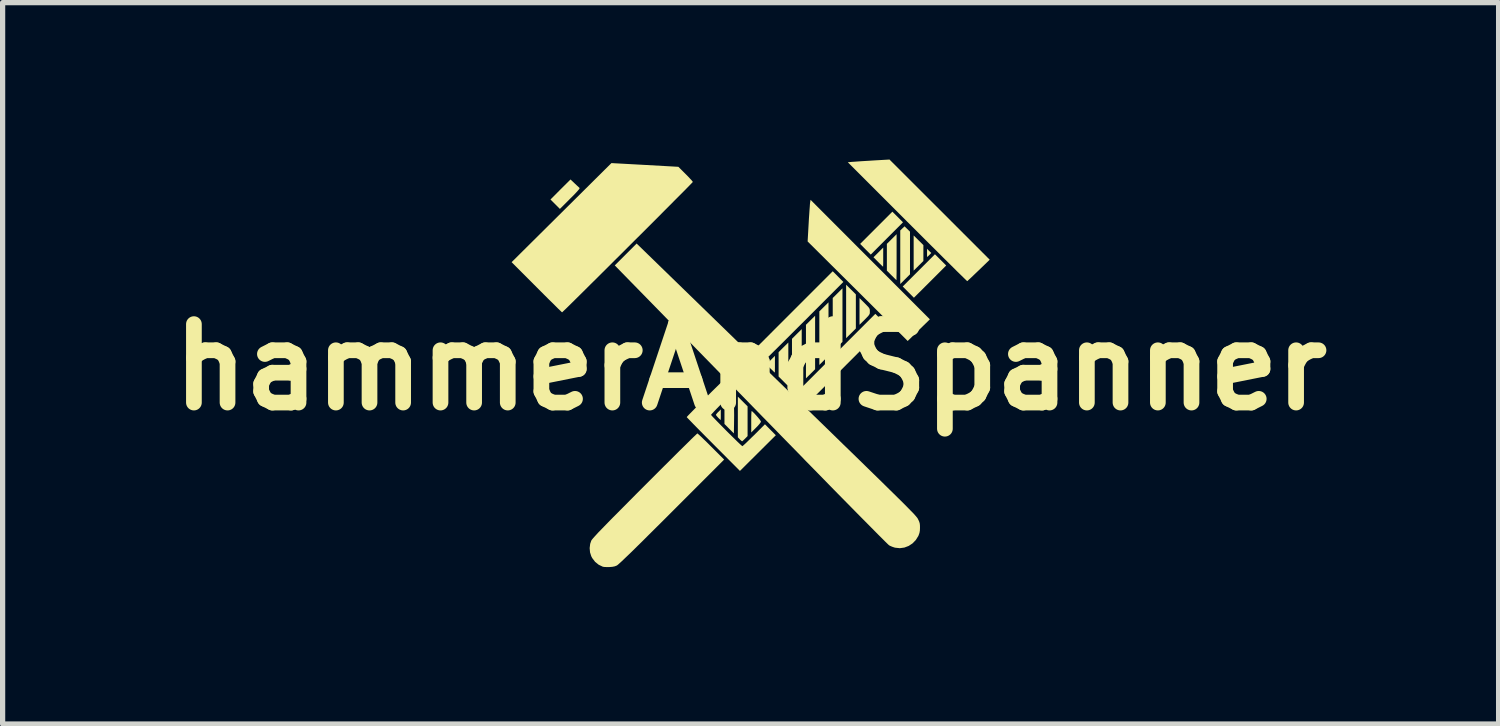
<source format=kicad_pcb>
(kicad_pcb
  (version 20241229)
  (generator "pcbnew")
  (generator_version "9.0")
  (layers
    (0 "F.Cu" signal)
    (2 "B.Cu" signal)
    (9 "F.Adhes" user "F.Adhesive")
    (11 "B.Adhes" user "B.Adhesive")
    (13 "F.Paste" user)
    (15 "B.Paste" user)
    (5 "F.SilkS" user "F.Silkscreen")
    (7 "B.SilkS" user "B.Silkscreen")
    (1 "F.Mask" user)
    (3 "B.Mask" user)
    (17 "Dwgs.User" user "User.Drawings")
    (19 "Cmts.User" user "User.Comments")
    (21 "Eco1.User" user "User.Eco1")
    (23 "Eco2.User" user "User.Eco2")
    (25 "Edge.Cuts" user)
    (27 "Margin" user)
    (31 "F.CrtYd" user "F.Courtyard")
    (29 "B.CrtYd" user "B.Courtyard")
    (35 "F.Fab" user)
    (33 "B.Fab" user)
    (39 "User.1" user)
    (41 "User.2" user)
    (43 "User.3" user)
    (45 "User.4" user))
  (footprint "hammerAndSpanner"
    (layer "F.Cu")
    (at 11.3 3.968)
    (property "Reference" "hammerAndSpanner" (at 0 0 0) (layer "F.SilkS") (effects (font (size 1.5 1.5) (thickness 0.3))))
    (attr board_only exclude_from_pos_files exclude_from_bom)
    (fp_poly (pts (xy 1.233 -0.47) (xy 1.233 0.041) (xy 1.146 0.128) (xy 1.058 0.215) (xy 1.058 -0.297) (xy 1.058 -0.809) (xy 1.146 -0.896) (xy 1.233 -0.982)) (stroke (width 0) (type solid)) (fill yes) (layer "F.SilkS"))
    (fp_poly (pts (xy 1.489 -0.726) (xy 1.489 -0.215) (xy 1.401 -0.128) (xy 1.314 -0.041) (xy 1.314 -0.553) (xy 1.314 -1.065) (xy 1.401 -1.151) (xy 1.489 -1.238)) (stroke (width 0) (type solid)) (fill yes) (layer "F.SilkS"))
    (fp_poly (pts (xy 1.756 -0.994) (xy 1.756 -0.482) (xy 1.663 -0.39) (xy 1.57 -0.297) (xy 1.57 -0.809) (xy 1.57 -1.321) (xy 1.663 -1.413) (xy 1.756 -1.506)) (stroke (width 0) (type solid)) (fill yes) (layer "F.SilkS"))
    (fp_poly (pts (xy 1.919 -1.483) (xy 2.012 -1.39) (xy 2.012 -1.064) (xy 2.012 -0.738) (xy 1.919 -0.645) (xy 1.826 -0.553) (xy 1.826 -1.064) (xy 1.826 -1.575)) (stroke (width 0) (type solid)) (fill yes) (layer "F.SilkS"))
    (fp_poly (pts (xy 2.489 -0.913) (xy 2.593 -0.808) (xy 1.834 -0.049) (xy 1.076 0.71) (xy 0.971 0.605) (xy 0.867 0.5) (xy 1.625 -0.259) (xy 2.384 -1.018)) (stroke (width 0) (type solid)) (fill yes) (layer "F.SilkS"))
    (fp_poly (pts (xy 2.812 -2.87) (xy 2.913 -2.768) (xy 2.605 -2.46) (xy 2.297 -2.151) (xy 2.195 -2.253) (xy 2.094 -2.355) (xy 2.402 -2.663) (xy 2.71 -2.971)) (stroke (width 0) (type solid)) (fill yes) (layer "F.SilkS"))
    (fp_poly (pts (xy 3.21 -2.425) (xy 3.303 -2.332) (xy 3.303 -2.181) (xy 3.303 -2.029) (xy 3.21 -1.936) (xy 3.117 -1.844) (xy 3.117 -2.181) (xy 3.117 -2.517)) (stroke (width 0) (type solid)) (fill yes) (layer "F.SilkS"))
    (fp_poly (pts (xy 3.631 -2.05) (xy 3.739 -1.942) (xy 3.431 -1.634) (xy 3.122 -1.326) (xy 3.015 -1.433) (xy 2.908 -1.541) (xy 3.216 -1.849) (xy 3.524 -2.157)) (stroke (width 0) (type solid)) (fill yes) (layer "F.SilkS"))
    (fp_poly (pts (xy 2.995 -2.64) (xy 3.047 -2.589) (xy 3.047 -2.181) (xy 3.047 -1.773) (xy 2.954 -1.681) (xy 2.861 -1.588) (xy 2.861 -2.1) (xy 2.861 -2.612) (xy 2.902 -2.652) (xy 2.943 -2.691)) (stroke (width 0) (type solid)) (fill yes) (layer "F.SilkS"))
    (fp_poly (pts (xy 3.413 -2.221) (xy 3.454 -2.182) (xy 3.417 -2.143) (xy 3.394 -2.121) (xy 3.379 -2.107) (xy 3.376 -2.105) (xy 3.374 -2.116) (xy 3.373 -2.144) (xy 3.373 -2.183) (xy 3.373 -2.183) (xy 3.373 -2.261)) (stroke (width 0) (type solid)) (fill yes) (layer "F.SilkS"))
    (fp_poly (pts (xy -0.317 0.745) (xy -0.316 0.827) (xy -0.315 0.92) (xy -0.316 1.014) (xy -0.317 1.094) (xy -0.32 1.268) (xy -0.41 1.178) (xy -0.5 1.087) (xy -0.5 0.914) (xy -0.5 0.741) (xy -0.41 0.656) (xy -0.32 0.572)) (stroke (width 0) (type solid)) (fill yes) (layer "F.SilkS"))
    (fp_poly (pts (xy 0.465 -0.055) (xy 0.465 0.003) (xy 0.464 0.051) (xy 0.464 0.086) (xy 0.463 0.103) (xy 0.462 0.104) (xy 0.453 0.097) (xy 0.431 0.076) (xy 0.401 0.047) (xy 0.38 0.027) (xy 0.301 -0.051) (xy 0.383 -0.133) (xy 0.465 -0.215)) (stroke (width 0) (type solid)) (fill yes) (layer "F.SilkS"))
    (fp_poly (pts (xy 2.535 -2.102) (xy 2.535 -2.04) (xy 2.535 -1.986) (xy 2.534 -1.946) (xy 2.533 -1.923) (xy 2.532 -1.919) (xy 2.523 -1.927) (xy 2.501 -1.948) (xy 2.47 -1.978) (xy 2.439 -2.009) (xy 2.349 -2.1) (xy 2.442 -2.192) (xy 2.535 -2.285)) (stroke (width 0) (type solid)) (fill yes) (layer "F.SilkS"))
    (fp_poly (pts (xy -0.151 0.657) (xy -0.058 0.75) (xy -0.058 1.034) (xy -0.058 1.319) (xy -0.107 1.369) (xy -0.134 1.395) (xy -0.155 1.414) (xy -0.163 1.419) (xy -0.174 1.411) (xy -0.196 1.392) (xy -0.207 1.381) (xy -0.244 1.342) (xy -0.244 0.953) (xy -0.244 0.565)) (stroke (width 0) (type solid)) (fill yes) (layer "F.SilkS"))
    (fp_poly (pts (xy -0.57 0.911) (xy -0.57 0.956) (xy -0.571 0.991) (xy -0.573 1.01) (xy -0.573 1.012) (xy -0.583 1.004) (xy -0.603 0.985) (xy -0.62 0.968) (xy -0.644 0.941) (xy -0.66 0.92) (xy -0.663 0.912) (xy -0.655 0.898) (xy -0.635 0.874) (xy -0.616 0.855) (xy -0.57 0.809)) (stroke (width 0) (type solid)) (fill yes) (layer "F.SilkS"))
    (fp_poly (pts (xy 2.286 -2.056) (xy 3.427 -0.913) (xy 3.215 -0.706) (xy 3.003 -0.499) (xy 2.047 -1.451) (xy 1.09 -2.402) (xy 1.11 -2.751) (xy 1.115 -2.841) (xy 1.121 -2.926) (xy 1.126 -3.002) (xy 1.131 -3.066) (xy 1.134 -3.115) (xy 1.137 -3.145) (xy 1.138 -3.149) (xy 1.146 -3.198)) (stroke (width 0) (type solid)) (fill yes) (layer "F.SilkS"))
    (fp_poly (pts (xy 2.181 -1.221) (xy 2.222 -1.179) (xy 2.25 -1.15) (xy 2.267 -1.127) (xy 2.276 -1.108) (xy 2.279 -1.088) (xy 2.279 -1.064) (xy 2.279 -1.039) (xy 2.276 -1.019) (xy 2.266 -1) (xy 2.249 -0.977) (xy 2.22 -0.947) (xy 2.181 -0.907) (xy 2.082 -0.809) (xy 2.082 -1.064) (xy 2.082 -1.319)) (stroke (width 0) (type solid)) (fill yes) (layer "F.SilkS"))
    (fp_poly (pts (xy -3.364 -3.512) (xy -3.328 -3.478) (xy -3.297 -3.45) (xy -3.276 -3.43) (xy -3.271 -3.426) (xy -3.27 -3.417) (xy -3.279 -3.401) (xy -3.3 -3.376) (xy -3.333 -3.339) (xy -3.38 -3.29) (xy -3.443 -3.227) (xy -3.452 -3.218) (xy -3.646 -3.024) (xy -3.736 -3.114) (xy -3.826 -3.204) (xy -3.635 -3.396) (xy -3.443 -3.587)) (stroke (width 0) (type solid)) (fill yes) (layer "F.SilkS"))
    (fp_poly (pts (xy 0.721 -0.055) (xy 0.721 0.041) (xy 0.721 0.129) (xy 0.72 0.206) (xy 0.72 0.271) (xy 0.719 0.32) (xy 0.719 0.351) (xy 0.718 0.361) (xy 0.709 0.353) (xy 0.687 0.332) (xy 0.656 0.301) (xy 0.625 0.27) (xy 0.535 0.18) (xy 0.535 -0.053) (xy 0.535 -0.285) (xy 0.628 -0.378) (xy 0.721 -0.47)) (stroke (width 0) (type solid)) (fill yes) (layer "F.SilkS"))
    (fp_poly (pts (xy 2.791 -2.102) (xy 2.791 -2.003) (xy 2.791 -1.913) (xy 2.791 -1.832) (xy 2.79 -1.764) (xy 2.789 -1.712) (xy 2.789 -1.677) (xy 2.788 -1.663) (xy 2.788 -1.663) (xy 2.779 -1.671) (xy 2.757 -1.692) (xy 2.726 -1.723) (xy 2.695 -1.753) (xy 2.605 -1.844) (xy 2.605 -2.1) (xy 2.605 -2.356) (xy 2.698 -2.448) (xy 2.791 -2.541)) (stroke (width 0) (type solid)) (fill yes) (layer "F.SilkS"))
    (fp_poly (pts (xy 0.037 0.852) (xy 0.064 0.878) (xy 0.095 0.911) (xy 0.129 0.949) (xy 0.159 0.985) (xy 0.183 1.016) (xy 0.196 1.037) (xy 0.198 1.042) (xy 0.19 1.06) (xy 0.168 1.089) (xy 0.135 1.126) (xy 0.105 1.157) (xy 0.012 1.25) (xy 0.012 1.043) (xy 0.012 0.976) (xy 0.013 0.919) (xy 0.015 0.875) (xy 0.018 0.847) (xy 0.02 0.839)) (stroke (width 0) (type solid)) (fill yes) (layer "F.SilkS"))
    (fp_poly (pts (xy 0.977 -0.215) (xy 0.977 0.297) (xy 0.898 0.376) (xy 0.859 0.413) (xy 0.833 0.435) (xy 0.816 0.443) (xy 0.805 0.44) (xy 0.805 0.44) (xy 0.801 0.43) (xy 0.798 0.408) (xy 0.796 0.371) (xy 0.794 0.319) (xy 0.792 0.25) (xy 0.791 0.162) (xy 0.791 0.053) (xy 0.791 -0.058) (xy 0.791 -0.541) (xy 0.884 -0.634) (xy 0.977 -0.726)) (stroke (width 0) (type solid)) (fill yes) (layer "F.SilkS"))
    (fp_poly (pts (xy 1.672 -1.73) (xy 1.773 -1.628) (xy 1.012 -0.866) (xy 0.901 -0.756) (xy 0.795 -0.65) (xy 0.696 -0.551) (xy 0.603 -0.458) (xy 0.518 -0.374) (xy 0.442 -0.299) (xy 0.377 -0.234) (xy 0.324 -0.182) (xy 0.283 -0.142) (xy 0.256 -0.116) (xy 0.244 -0.105) (xy 0.244 -0.105) (xy 0.234 -0.112) (xy 0.211 -0.134) (xy 0.178 -0.165) (xy 0.14 -0.203) (xy 0.139 -0.204) (xy 0.041 -0.303) (xy 0.805 -1.067) (xy 1.57 -1.832)) (stroke (width 0) (type solid)) (fill yes) (layer "F.SilkS"))
    (fp_poly (pts (xy 3.613 -3.011) (xy 4.571 -2.053) (xy 4.36 -1.849) (xy 4.302 -1.794) (xy 4.249 -1.743) (xy 4.205 -1.701) (xy 4.17 -1.669) (xy 4.149 -1.649) (xy 4.142 -1.643) (xy 4.133 -1.65) (xy 4.108 -1.674) (xy 4.069 -1.712) (xy 4.017 -1.763) (xy 3.951 -1.827) (xy 3.875 -1.903) (xy 3.787 -1.99) (xy 3.689 -2.087) (xy 3.583 -2.193) (xy 3.468 -2.307) (xy 3.347 -2.428) (xy 3.22 -2.555) (xy 3.087 -2.687) (xy 2.996 -2.778) (xy 1.858 -3.916) (xy 1.944 -3.924) (xy 1.979 -3.926) (xy 2.033 -3.93) (xy 2.102 -3.935) (xy 2.182 -3.94) (xy 2.268 -3.945) (xy 2.342 -3.95) (xy 2.655 -3.968)) (stroke (width 0) (type solid)) (fill yes) (layer "F.SilkS"))
    (fp_poly (pts (xy -2.021 -3.865) (xy -1.381 -3.829) (xy -1.243 -3.691) (xy -1.197 -3.645) (xy -1.158 -3.603) (xy -1.127 -3.57) (xy -1.109 -3.547) (xy -1.105 -3.54) (xy -1.113 -3.53) (xy -1.136 -3.506) (xy -1.174 -3.467) (xy -1.225 -3.415) (xy -1.288 -3.351) (xy -1.363 -3.276) (xy -1.447 -3.192) (xy -1.54 -3.098) (xy -1.641 -2.997) (xy -1.748 -2.889) (xy -1.861 -2.776) (xy -1.978 -2.659) (xy -2.099 -2.538) (xy -2.222 -2.416) (xy -2.346 -2.292) (xy -2.47 -2.168) (xy -2.594 -2.045) (xy -2.715 -1.924) (xy -2.833 -1.807) (xy -2.946 -1.694) (xy -3.055 -1.587) (xy -3.156 -1.486) (xy -3.25 -1.393) (xy -3.336 -1.308) (xy -3.411 -1.234) (xy -3.476 -1.17) (xy -3.529 -1.118) (xy -3.569 -1.08) (xy -3.594 -1.056) (xy -3.604 -1.047) (xy -3.605 -1.047) (xy -3.614 -1.055) (xy -3.638 -1.078) (xy -3.676 -1.114) (xy -3.725 -1.163) (xy -3.785 -1.223) (xy -3.855 -1.291) (xy -3.932 -1.368) (xy -4.015 -1.451) (xy -4.09 -1.526) (xy -4.569 -2.006) (xy -3.615 -2.953) (xy -2.661 -3.9)) (stroke (width 0) (type solid)) (fill yes) (layer "F.SilkS"))
    (fp_poly (pts (xy -1.007 1.276) (xy -0.982 1.298) (xy -0.944 1.333) (xy -0.897 1.379) (xy -0.842 1.432) (xy -0.781 1.493) (xy -0.756 1.518) (xy -0.506 1.768) (xy -1.505 2.767) (xy -1.669 2.931) (xy -1.818 3.079) (xy -1.951 3.211) (xy -2.069 3.329) (xy -2.174 3.432) (xy -2.264 3.521) (xy -2.342 3.596) (xy -2.407 3.658) (xy -2.459 3.708) (xy -2.501 3.746) (xy -2.531 3.773) (xy -2.551 3.789) (xy -2.557 3.793) (xy -2.597 3.809) (xy -2.642 3.818) (xy -2.701 3.823) (xy -2.704 3.823) (xy -2.752 3.823) (xy -2.795 3.821) (xy -2.823 3.817) (xy -2.826 3.816) (xy -2.904 3.779) (xy -2.973 3.723) (xy -3.028 3.651) (xy -3.046 3.617) (xy -3.07 3.542) (xy -3.077 3.46) (xy -3.067 3.379) (xy -3.047 3.32) (xy -3.041 3.309) (xy -3.028 3.292) (xy -3.01 3.27) (xy -2.984 3.241) (xy -2.951 3.205) (xy -2.91 3.16) (xy -2.858 3.107) (xy -2.797 3.044) (xy -2.725 2.97) (xy -2.641 2.884) (xy -2.544 2.787) (xy -2.434 2.676) (xy -2.31 2.551) (xy -2.171 2.411) (xy -2.025 2.265) (xy -1.898 2.138) (xy -1.776 2.016) (xy -1.66 1.9) (xy -1.549 1.79) (xy -1.447 1.688) (xy -1.353 1.594) (xy -1.268 1.511) (xy -1.194 1.438) (xy -1.132 1.376) (xy -1.082 1.328) (xy -1.045 1.293) (xy -1.024 1.273) (xy -1.018 1.268)) (stroke (width 0) (type solid)) (fill yes) (layer "F.SilkS"))
    (fp_poly (pts (xy -0.524 0.276) (xy -0.501 0.298) (xy -0.47 0.33) (xy -0.432 0.371) (xy -0.43 0.373) (xy -0.334 0.479) (xy -0.545 0.69) (xy -0.602 0.748) (xy -0.653 0.8) (xy -0.696 0.845) (xy -0.729 0.881) (xy -0.75 0.904) (xy -0.756 0.913) (xy -0.748 0.924) (xy -0.726 0.949) (xy -0.691 0.985) (xy -0.647 1.031) (xy -0.595 1.084) (xy -0.538 1.142) (xy -0.478 1.203) (xy -0.417 1.264) (xy -0.357 1.323) (xy -0.301 1.378) (xy -0.252 1.426) (xy -0.21 1.466) (xy -0.179 1.494) (xy -0.161 1.51) (xy -0.158 1.512) (xy -0.147 1.504) (xy -0.122 1.482) (xy -0.085 1.448) (xy -0.039 1.403) (xy 0.014 1.351) (xy 0.064 1.303) (xy 0.274 1.093) (xy 0.378 1.198) (xy 0.482 1.303) (xy 0.139 1.644) (xy -0.204 1.985) (xy -0.712 1.475) (xy -0.802 1.384) (xy -0.887 1.299) (xy -0.965 1.22) (xy -1.036 1.148) (xy -1.097 1.086) (xy -1.147 1.034) (xy -1.186 0.994) (xy -1.211 0.968) (xy -1.221 0.956) (xy -1.221 0.956) (xy -1.213 0.946) (xy -1.191 0.922) (xy -1.156 0.886) (xy -1.111 0.84) (xy -1.058 0.786) (xy -0.999 0.726) (xy -0.935 0.662) (xy -0.87 0.597) (xy -0.805 0.532) (xy -0.743 0.47) (xy -0.685 0.413) (xy -0.633 0.362) (xy -0.59 0.32) (xy -0.558 0.289) (xy -0.538 0.271) (xy -0.534 0.267)) (stroke (width 0) (type solid)) (fill yes) (layer "F.SilkS"))
    (fp_poly (pts (xy 0.489 0.231) (xy 0.74 0.475) (xy 0.975 0.703) (xy 1.195 0.917) (xy 1.399 1.115) (xy 1.589 1.3) (xy 1.764 1.471) (xy 1.927 1.629) (xy 2.076 1.774) (xy 2.213 1.908) (xy 2.339 2.031) (xy 2.453 2.142) (xy 2.556 2.243) (xy 2.649 2.335) (xy 2.733 2.417) (xy 2.807 2.49) (xy 2.873 2.555) (xy 2.931 2.613) (xy 2.982 2.664) (xy 3.025 2.708) (xy 3.062 2.746) (xy 3.094 2.778) (xy 3.12 2.805) (xy 3.141 2.829) (xy 3.158 2.848) (xy 3.171 2.864) (xy 3.182 2.877) (xy 3.189 2.887) (xy 3.195 2.896) (xy 3.198 2.902) (xy 3.22 2.947) (xy 3.232 2.983) (xy 3.237 3.02) (xy 3.238 3.069) (xy 3.236 3.125) (xy 3.228 3.17) (xy 3.212 3.215) (xy 3.206 3.229) (xy 3.158 3.306) (xy 3.096 3.37) (xy 3.022 3.419) (xy 2.94 3.45) (xy 2.853 3.462) (xy 2.766 3.453) (xy 2.749 3.449) (xy 2.705 3.434) (xy 2.662 3.415) (xy 2.648 3.407) (xy 2.635 3.396) (xy 2.608 3.37) (xy 2.565 3.328) (xy 2.509 3.272) (xy 2.44 3.203) (xy 2.359 3.121) (xy 2.266 3.027) (xy 2.162 2.922) (xy 2.048 2.807) (xy 1.926 2.683) (xy 1.795 2.55) (xy 1.656 2.409) (xy 1.511 2.261) (xy 1.36 2.106) (xy 1.204 1.947) (xy 1.043 1.783) (xy 0.974 1.711) (xy 0.795 1.528) (xy 0.611 1.34) (xy 0.423 1.147) (xy 0.232 0.952) (xy 0.041 0.756) (xy -0.15 0.56) (xy -0.339 0.367) (xy -0.524 0.178) (xy -0.704 -0.007) (xy -0.877 -0.184) (xy -1.042 -0.353) (xy -1.198 -0.512) (xy -1.342 -0.66) (xy -1.474 -0.795) (xy -1.591 -0.915) (xy -1.627 -0.952) (xy -2.597 -1.944) (xy -2.388 -2.153) (xy -2.179 -2.362)) (stroke (width 0) (type solid)) (fill yes) (layer "F.SilkS")))
  (gr_rect
    (start -3 -3)
    (end 25.6 10.791)
    (stroke (width 0.1) (type default))
    (fill no)
    (layer "Edge.Cuts")))
</source>
